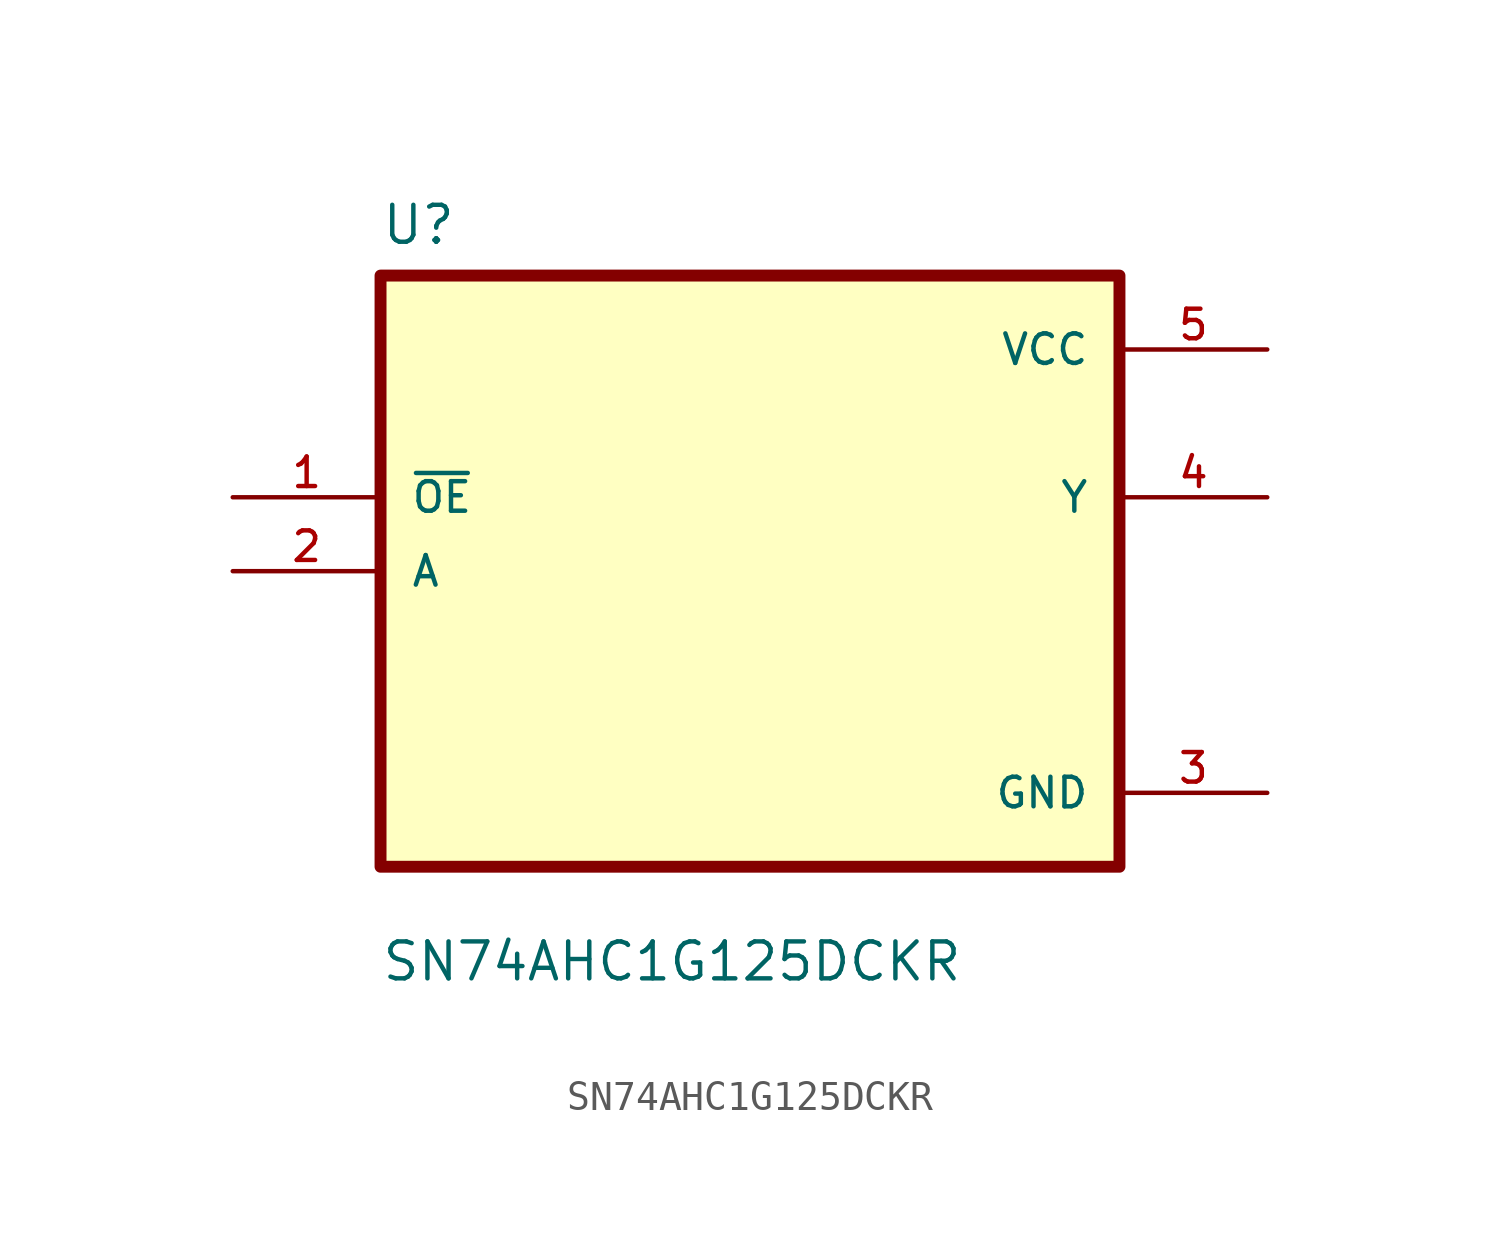
<source format=kicad_sym>
(kicad_symbol_lib
  (version 20211014)
  (generator kicad_symbol_editor)
  (symbol "SN74AHC1G125DCKR"
    (pin_names
      (offset 1.016))
    (property "Reference" "U"
      (at -12.7 11.16 0.0)
      (effects (font (size 1.27 1.27)) (justify bottom left)))
    (property "Value" "SN74AHC1G125DCKR"
      (at -12.7 -14.16 0.0)
      (effects (font (size 1.27 1.27)) (justify bottom left)))
    (symbol "SN74AHC1G125DCKR_0_0"
      (rectangle (start -12.7 -10.16) (end 12.7 10.16) (stroke (width 0.41)) (fill (type background)))
      (pin input line (at -17.78 2.54 0) (length 5.08) (name "~{OE}" (effects (font (size 1.016 1.016)))) (number "1" (effects (font (size 1.016 1.016)))))
      (pin input line (at -17.78 0.0 0) (length 5.08) (name "A" (effects (font (size 1.016 1.016)))) (number "2" (effects (font (size 1.016 1.016)))))
      (pin power_in line (at 17.78 7.62 180.0) (length 5.08) (name "VCC" (effects (font (size 1.016 1.016)))) (number "5" (effects (font (size 1.016 1.016)))))
      (pin output line (at 17.78 2.54 180.0) (length 5.08) (name "Y" (effects (font (size 1.016 1.016)))) (number "4" (effects (font (size 1.016 1.016)))))
      (pin power_in line (at 17.78 -7.62 180.0) (length 5.08) (name "GND" (effects (font (size 1.016 1.016)))) (number "3" (effects (font (size 1.016 1.016))))))))
</source>
